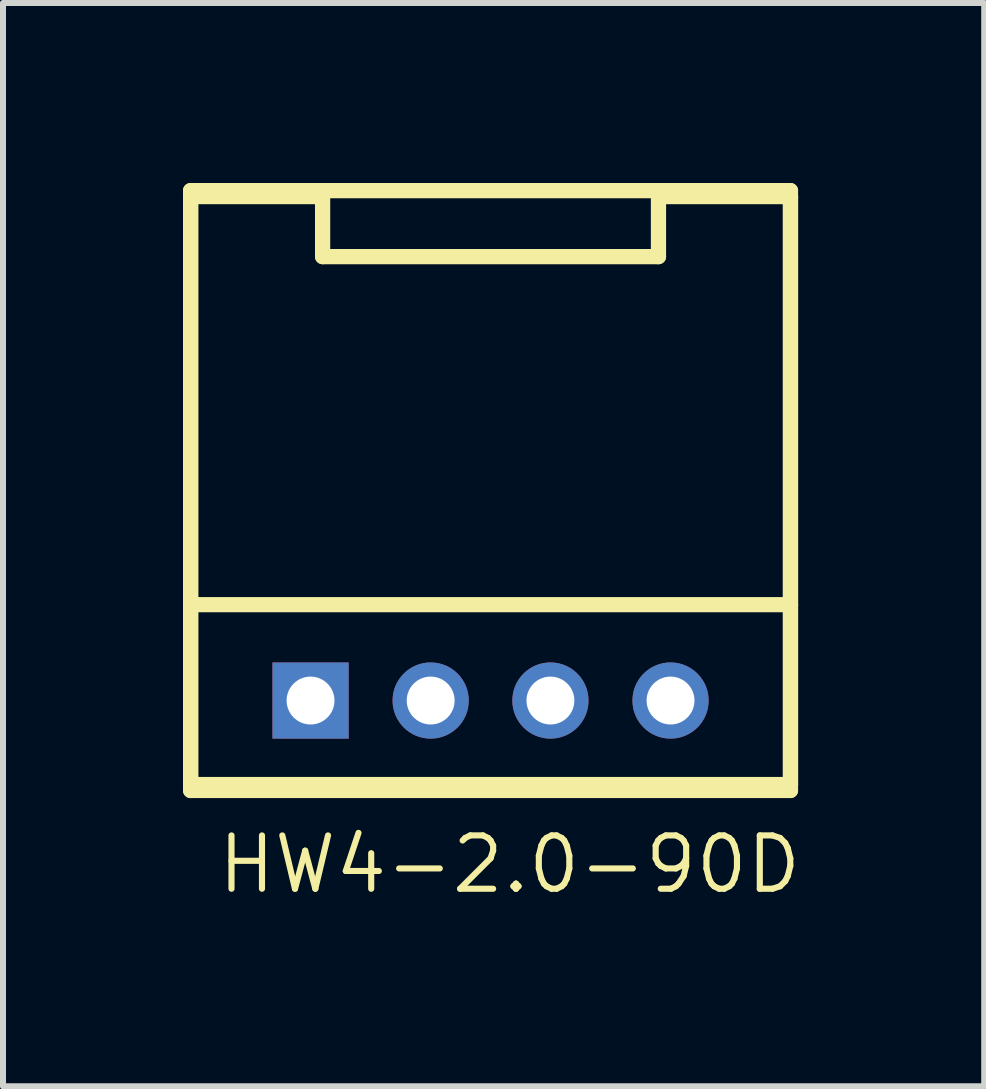
<source format=kicad_pcb>
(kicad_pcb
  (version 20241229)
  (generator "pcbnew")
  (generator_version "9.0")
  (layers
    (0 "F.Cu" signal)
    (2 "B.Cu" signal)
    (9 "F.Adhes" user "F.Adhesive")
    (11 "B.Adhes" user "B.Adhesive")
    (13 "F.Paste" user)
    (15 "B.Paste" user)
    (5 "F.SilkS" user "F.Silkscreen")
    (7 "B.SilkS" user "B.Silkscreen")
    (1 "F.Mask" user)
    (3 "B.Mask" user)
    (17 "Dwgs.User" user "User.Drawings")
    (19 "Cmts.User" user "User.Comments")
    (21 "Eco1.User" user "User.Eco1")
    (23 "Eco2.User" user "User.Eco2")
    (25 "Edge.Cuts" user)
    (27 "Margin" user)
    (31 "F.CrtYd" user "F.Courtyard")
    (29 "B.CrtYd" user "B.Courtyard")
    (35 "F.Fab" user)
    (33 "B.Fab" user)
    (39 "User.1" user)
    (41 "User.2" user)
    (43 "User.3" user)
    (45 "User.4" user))
  (footprint "HW4-2.0-90D"
    (layer "F.Cu")
    (at 5.126 8.626)
    (property "Reference" "HW4-2.0-90D" (at 0.318 2.731 0) (layer "F.SilkS") (effects (font (size 0.889 0.889) (thickness 0.102))))
    (attr exclude_from_pos_files exclude_from_bom)
    (fp_line (start -4.999 -8.499) (end 4.999 -8.499) (stroke (width 0.254) (type solid)) (layer "F.SilkS"))
    (fp_line (start -4.999 -8.4) (end -4.999 -1.598) (stroke (width 0.254) (type solid)) (layer "F.SilkS"))
    (fp_line (start -4.999 -8.4) (end -2.799 -8.4) (stroke (width 0.254) (type solid)) (layer "F.SilkS"))
    (fp_line (start -4.999 -1.598) (end -4.999 1.499) (stroke (width 0.254) (type solid)) (layer "F.SilkS"))
    (fp_line (start -4.999 -1.598) (end 4.999 -1.598) (stroke (width 0.254) (type solid)) (layer "F.SilkS"))
    (fp_line (start -4.999 -0.998) (end -4.999 0.998) (stroke (width 0.127) (type solid)) (layer "F.SilkS"))
    (fp_line (start -4.999 1.4) (end -4.999 -8.499) (stroke (width 0.254) (type solid)) (layer "F.SilkS"))
    (fp_line (start -4.999 1.499) (end 4.999 1.499) (stroke (width 0.254) (type solid)) (layer "F.SilkS"))
    (fp_line (start -2.799 -8.4) (end -2.799 -7.399) (stroke (width 0.254) (type solid)) (layer "F.SilkS"))
    (fp_line (start -2.799 -7.399) (end 2.799 -7.399) (stroke (width 0.254) (type solid)) (layer "F.SilkS"))
    (fp_line (start 2.799 -8.4) (end 4.999 -8.4) (stroke (width 0.254) (type solid)) (layer "F.SilkS"))
    (fp_line (start 2.799 -7.399) (end 2.799 -8.4) (stroke (width 0.254) (type solid)) (layer "F.SilkS"))
    (fp_line (start 4.999 -8.499) (end 4.999 1.4) (stroke (width 0.254) (type solid)) (layer "F.SilkS"))
    (fp_line (start 4.999 -1.598) (end 4.999 -8.4) (stroke (width 0.254) (type solid)) (layer "F.SilkS"))
    (fp_line (start 4.999 -1.598) (end 4.999 1.499) (stroke (width 0.254) (type solid)) (layer "F.SilkS"))
    (fp_line (start 4.999 1.4) (end -4.999 1.4) (stroke (width 0.254) (type solid)) (layer "F.SilkS"))
    (pad "1" thru_hole rect (at -3 0) (size 1.27 1.27) (drill 0.798) (layers "*.Cu" "*.Paste" "*.Mask"))
    (pad "2" thru_hole circle (at -0.998 0) (size 1.27 1.27) (drill 0.798) (layers "*.Cu" "*.Paste" "*.Mask"))
    (pad "3" thru_hole circle (at 0.998 0) (size 1.27 1.27) (drill 0.798) (layers "*.Cu" "*.Paste" "*.Mask"))
    (pad "4" thru_hole circle (at 3 0) (size 1.27 1.27) (drill 0.798) (layers "*.Cu" "*.Paste" "*.Mask")))
  (gr_rect
    (start -3 -3)
    (end 13.354 15.055)
    (stroke (width 0.1) (type default))
    (fill no)
    (layer "Edge.Cuts")))
</source>
